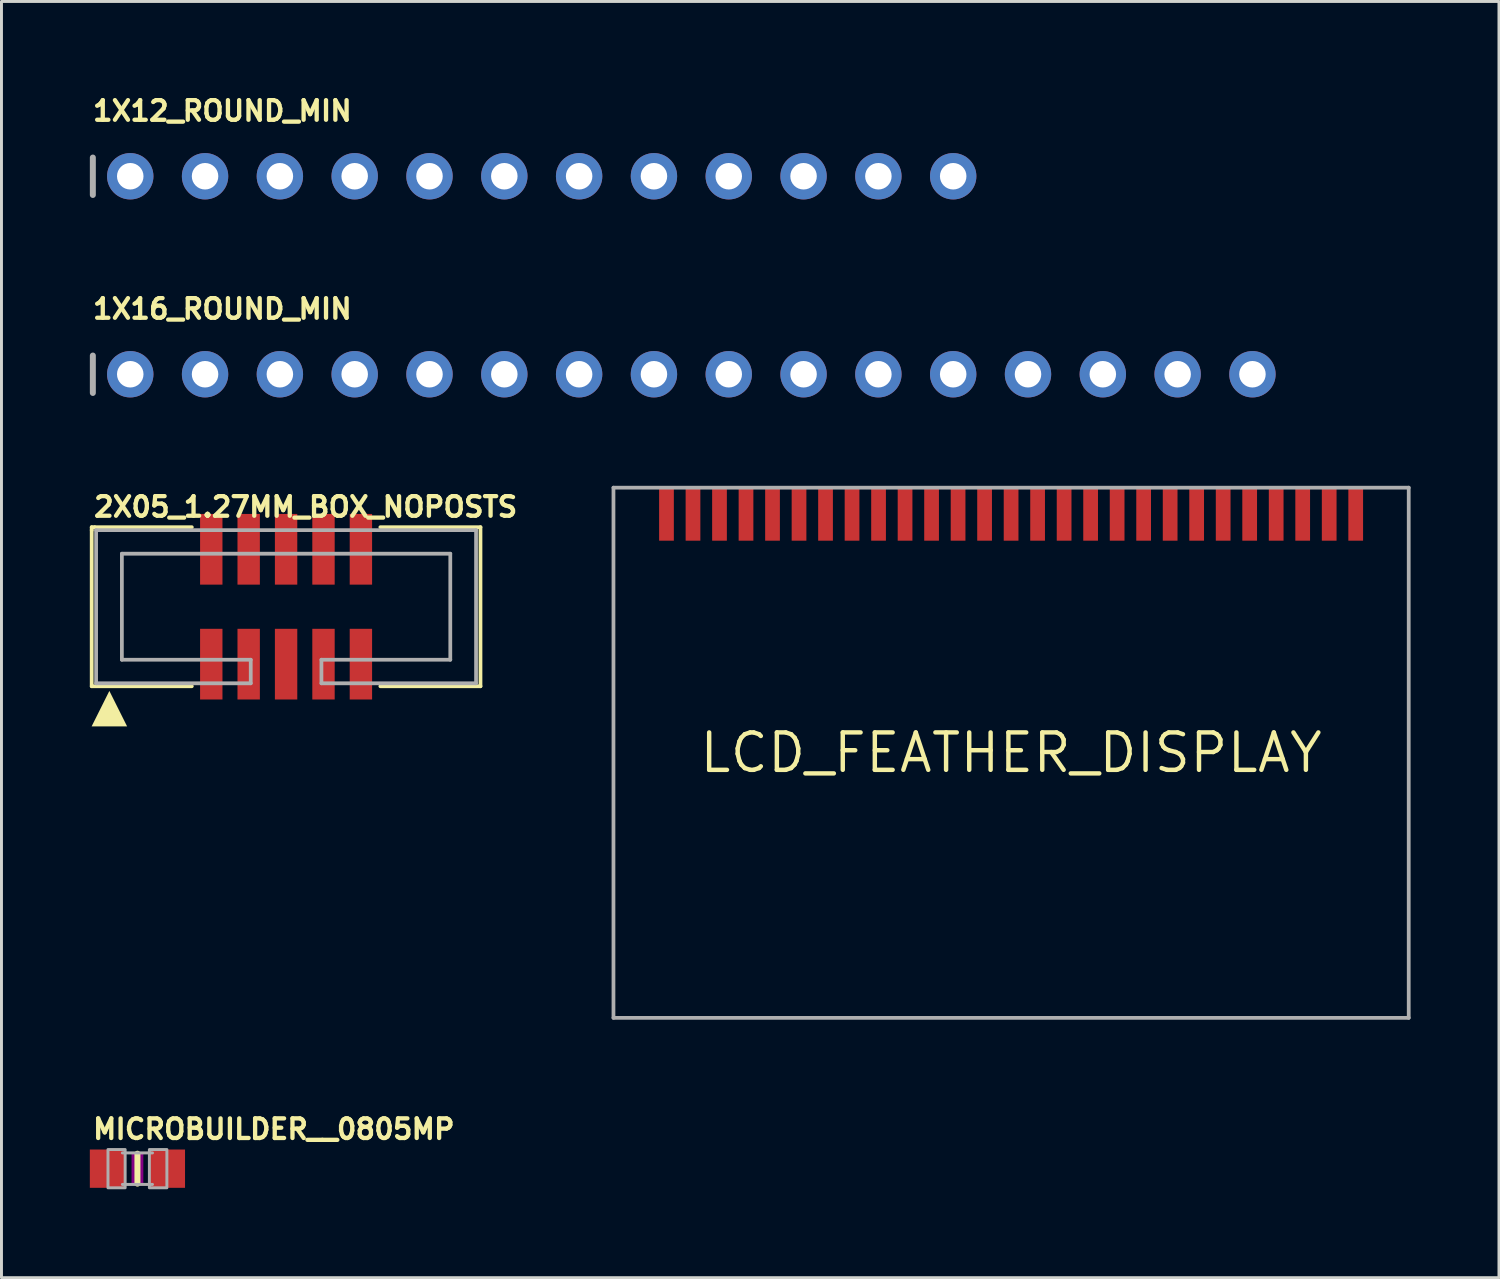
<source format=kicad_pcb>
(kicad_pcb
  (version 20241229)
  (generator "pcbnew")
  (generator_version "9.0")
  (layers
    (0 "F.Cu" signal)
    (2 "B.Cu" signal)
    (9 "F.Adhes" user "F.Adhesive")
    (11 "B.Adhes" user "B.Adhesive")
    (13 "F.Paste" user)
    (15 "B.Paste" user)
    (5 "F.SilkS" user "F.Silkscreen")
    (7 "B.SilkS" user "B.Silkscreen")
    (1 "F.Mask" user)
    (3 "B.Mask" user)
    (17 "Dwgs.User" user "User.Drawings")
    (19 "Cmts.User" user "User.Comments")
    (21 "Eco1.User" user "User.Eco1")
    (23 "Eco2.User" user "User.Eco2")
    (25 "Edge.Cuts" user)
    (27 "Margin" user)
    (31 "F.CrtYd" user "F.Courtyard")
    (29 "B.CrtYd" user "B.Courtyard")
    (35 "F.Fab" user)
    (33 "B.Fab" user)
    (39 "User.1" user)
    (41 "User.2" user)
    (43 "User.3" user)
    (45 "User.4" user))
  (footprint "MICROBUILDER__0805MP"
    (layer "F.Cu")
    (at 1.616 36.628)
    (property "Reference" "MICROBUILDER__0805MP" (at -1.587 -0.953 0) (layer "F.SilkS") (effects (font (size 0.666 0.666) (thickness 0.146)) (justify left bottom)))
    (fp_line (start 0 -0.508) (end 0 0.508) (stroke (width 0.203) (type solid)) (layer "F.SilkS"))
    (fp_poly (pts (xy -0.2 0.5) (xy 0.2 0.5) (xy 0.2 -0.5) (xy -0.2 -0.5)) (stroke (width 0) (type solid)) (fill yes) (layer "F.Adhes"))
    (fp_line (start -0.51 -0.535) (end 0.51 -0.535) (stroke (width 0.102) (type solid)) (layer "F.Fab"))
    (fp_line (start -0.51 0.535) (end 0.51 0.535) (stroke (width 0.102) (type solid)) (layer "F.Fab"))
    (fp_poly (pts (xy -1 0.65) (xy -0.417 0.65) (xy -0.417 -0.65) (xy -1 -0.65)) (stroke (width 0.1) (type solid)) (fill no) (layer "F.Fab"))
    (fp_poly (pts (xy 0.406 0.65) (xy 1 0.65) (xy 1 -0.65) (xy 0.406 -0.65)) (stroke (width 0.1) (type solid)) (fill no) (layer "F.Fab"))
    (pad "1" smd rect (at -1.016 0) (size 1.2 1.3) (layers "F.Cu" "F.Mask" "F.Paste"))
    (pad "2" smd rect (at 1.016 0) (size 1.2 1.3) (layers "F.Cu" "F.Mask" "F.Paste")))
  (footprint "1X12_ROUND_MIN"
    (layer "F.Cu")
    (at 15.342 2.934)
    (property "Reference" "1X12_ROUND_MIN" (at -15.316 -1.829 0) (layer "F.SilkS") (effects (font (size 0.666 0.666) (thickness 0.146)) (justify left bottom)))
    (fp_line (start -15.24 -0.635) (end -15.24 0.635) (stroke (width 0.203) (type solid)) (layer "F.Fab"))
    (fp_poly (pts (xy -14.224 0.254) (xy -13.716 0.254) (xy -13.716 -0.254) (xy -14.224 -0.254)) (stroke (width 0.1) (type solid)) (fill no) (layer "F.Fab"))
    (fp_poly (pts (xy -11.684 0.254) (xy -11.176 0.254) (xy -11.176 -0.254) (xy -11.684 -0.254)) (stroke (width 0.1) (type solid)) (fill no) (layer "F.Fab"))
    (fp_poly (pts (xy -9.144 0.254) (xy -8.636 0.254) (xy -8.636 -0.254) (xy -9.144 -0.254)) (stroke (width 0.1) (type solid)) (fill no) (layer "F.Fab"))
    (fp_poly (pts (xy -6.604 0.254) (xy -6.096 0.254) (xy -6.096 -0.254) (xy -6.604 -0.254)) (stroke (width 0.1) (type solid)) (fill no) (layer "F.Fab"))
    (fp_poly (pts (xy -4.064 0.254) (xy -3.556 0.254) (xy -3.556 -0.254) (xy -4.064 -0.254)) (stroke (width 0.1) (type solid)) (fill no) (layer "F.Fab"))
    (fp_poly (pts (xy -1.524 0.254) (xy -1.016 0.254) (xy -1.016 -0.254) (xy -1.524 -0.254)) (stroke (width 0.1) (type solid)) (fill no) (layer "F.Fab"))
    (fp_poly (pts (xy 1.016 0.254) (xy 1.524 0.254) (xy 1.524 -0.254) (xy 1.016 -0.254)) (stroke (width 0.1) (type solid)) (fill no) (layer "F.Fab"))
    (fp_poly (pts (xy 3.556 0.254) (xy 4.064 0.254) (xy 4.064 -0.254) (xy 3.556 -0.254)) (stroke (width 0.1) (type solid)) (fill no) (layer "F.Fab"))
    (fp_poly (pts (xy 6.096 0.254) (xy 6.604 0.254) (xy 6.604 -0.254) (xy 6.096 -0.254)) (stroke (width 0.1) (type solid)) (fill no) (layer "F.Fab"))
    (fp_poly (pts (xy 8.636 0.254) (xy 9.144 0.254) (xy 9.144 -0.254) (xy 8.636 -0.254)) (stroke (width 0.1) (type solid)) (fill no) (layer "F.Fab"))
    (fp_poly (pts (xy 11.176 0.254) (xy 11.684 0.254) (xy 11.684 -0.254) (xy 11.176 -0.254)) (stroke (width 0.1) (type solid)) (fill no) (layer "F.Fab"))
    (fp_poly (pts (xy 13.716 0.254) (xy 14.224 0.254) (xy 14.224 -0.254) (xy 13.716 -0.254)) (stroke (width 0.1) (type solid)) (fill no) (layer "F.Fab"))
    (pad "1" thru_hole circle (at -13.97 0 90) (size 1.575 1.575) (drill 0.9) (layers "*.Cu" "*.Mask"))
    (pad "2" thru_hole circle (at -11.43 0 90) (size 1.575 1.575) (drill 0.9) (layers "*.Cu" "*.Mask"))
    (pad "3" thru_hole circle (at -8.89 0 90) (size 1.575 1.575) (drill 0.9) (layers "*.Cu" "*.Mask"))
    (pad "4" thru_hole circle (at -6.35 0 90) (size 1.575 1.575) (drill 0.9) (layers "*.Cu" "*.Mask"))
    (pad "5" thru_hole circle (at -3.81 0 90) (size 1.575 1.575) (drill 0.9) (layers "*.Cu" "*.Mask"))
    (pad "6" thru_hole circle (at -1.27 0 90) (size 1.575 1.575) (drill 0.9) (layers "*.Cu" "*.Mask"))
    (pad "7" thru_hole circle (at 1.27 0 90) (size 1.575 1.575) (drill 0.9) (layers "*.Cu" "*.Mask"))
    (pad "8" thru_hole circle (at 3.81 0 90) (size 1.575 1.575) (drill 0.9) (layers "*.Cu" "*.Mask"))
    (pad "9" thru_hole circle (at 6.35 0 90) (size 1.575 1.575) (drill 0.9) (layers "*.Cu" "*.Mask"))
    (pad "10" thru_hole circle (at 8.89 0 90) (size 1.575 1.575) (drill 0.9) (layers "*.Cu" "*.Mask"))
    (pad "11" thru_hole circle (at 11.43 0 90) (size 1.575 1.575) (drill 0.9) (layers "*.Cu" "*.Mask"))
    (pad "12" thru_hole circle (at 13.97 0 90) (size 1.575 1.575) (drill 0.9) (layers "*.Cu" "*.Mask")))
  (footprint "2X05_1.27MM_BOX_NOPOSTS"
    (layer "F.Cu")
    (at 6.663 17.549)
    (property "Reference" "2X05_1.27MM_BOX_NOPOSTS" (at -6.6 -3 0) (layer "F.SilkS") (effects (font (size 0.666 0.666) (thickness 0.146)) (justify left bottom)))
    (fp_line (start -6.6 -2.7) (end -6.6 -2.6) (stroke (width 0.127) (type solid)) (layer "F.SilkS"))
    (fp_line (start -6.6 -2.6) (end -6.6 2.7) (stroke (width 0.127) (type solid)) (layer "F.SilkS"))
    (fp_line (start -6.6 2.7) (end -3.2 2.7) (stroke (width 0.127) (type solid)) (layer "F.SilkS"))
    (fp_line (start -6.5 -2.7) (end -6.6 -2.7) (stroke (width 0.127) (type solid)) (layer "F.SilkS"))
    (fp_line (start -3.2 -2.7) (end -6.5 -2.7) (stroke (width 0.127) (type solid)) (layer "F.SilkS"))
    (fp_line (start 3.2 -2.7) (end 6.6 -2.7) (stroke (width 0.127) (type solid)) (layer "F.SilkS"))
    (fp_line (start 6.6 -2.7) (end 6.6 2.7) (stroke (width 0.127) (type solid)) (layer "F.SilkS"))
    (fp_line (start 6.6 2.7) (end 3.2 2.7) (stroke (width 0.127) (type solid)) (layer "F.SilkS"))
    (fp_poly (pts (xy -5.397 4.064) (xy -6.603 4.064) (xy -6 2.858)) (stroke (width 0) (type solid)) (fill yes) (layer "F.SilkS"))
    (fp_line (start -6.45 -2.6) (end 6.45 -2.6) (stroke (width 0.127) (type solid)) (layer "F.Fab"))
    (fp_line (start -6.45 2.6) (end -6.45 -2.6) (stroke (width 0.127) (type solid)) (layer "F.Fab"))
    (fp_line (start -5.575 -1.8) (end 5.575 -1.8) (stroke (width 0.127) (type solid)) (layer "F.Fab"))
    (fp_line (start -5.575 1.8) (end -5.575 -1.8) (stroke (width 0.127) (type solid)) (layer "F.Fab"))
    (fp_line (start -1.2 1.8) (end -5.575 1.8) (stroke (width 0.127) (type solid)) (layer "F.Fab"))
    (fp_line (start -1.2 1.8) (end -1.2 2.6) (stroke (width 0.127) (type solid)) (layer "F.Fab"))
    (fp_line (start -1.2 2.6) (end -6.45 2.6) (stroke (width 0.127) (type solid)) (layer "F.Fab"))
    (fp_line (start 1.2 1.8) (end 1.2 2.6) (stroke (width 0.127) (type solid)) (layer "F.Fab"))
    (fp_line (start 5.575 -1.8) (end 5.575 1.8) (stroke (width 0.127) (type solid)) (layer "F.Fab"))
    (fp_line (start 5.575 1.8) (end 1.2 1.8) (stroke (width 0.127) (type solid)) (layer "F.Fab"))
    (fp_line (start 6.45 -2.6) (end 6.45 2.6) (stroke (width 0.127) (type solid)) (layer "F.Fab"))
    (fp_line (start 6.45 2.6) (end 1.2 2.6) (stroke (width 0.127) (type solid)) (layer "F.Fab"))
    (pad "1" smd rect (at -2.54 1.95) (size 0.76 2.4) (layers "F.Cu" "F.Mask" "F.Paste"))
    (pad "2" smd rect (at -2.54 -1.95) (size 0.76 2.4) (layers "F.Cu" "F.Mask" "F.Paste"))
    (pad "3" smd rect (at -1.27 1.95) (size 0.76 2.4) (layers "F.Cu" "F.Mask" "F.Paste"))
    (pad "4" smd rect (at -1.27 -1.95) (size 0.76 2.4) (layers "F.Cu" "F.Mask" "F.Paste"))
    (pad "5" smd rect (at 0 1.95) (size 0.76 2.4) (layers "F.Cu" "F.Mask" "F.Paste"))
    (pad "6" smd rect (at 0 -1.95) (size 0.76 2.4) (layers "F.Cu" "F.Mask" "F.Paste"))
    (pad "7" smd rect (at 1.27 1.95) (size 0.76 2.4) (layers "F.Cu" "F.Mask" "F.Paste"))
    (pad "8" smd rect (at 1.27 -1.95) (size 0.76 2.4) (layers "F.Cu" "F.Mask" "F.Paste"))
    (pad "9" smd rect (at 2.54 1.95) (size 0.76 2.4) (layers "F.Cu" "F.Mask" "F.Paste"))
    (pad "10" smd rect (at 2.54 -1.95) (size 0.76 2.4) (layers "F.Cu" "F.Mask" "F.Paste")))
  (footprint "1X16_ROUND_MIN"
    (layer "F.Cu")
    (at 20.422 9.656)
    (property "Reference" "1X16_ROUND_MIN" (at -20.396 -1.829 0) (layer "F.SilkS") (effects (font (size 0.666 0.666) (thickness 0.146)) (justify left bottom)))
    (fp_line (start -20.32 -0.635) (end -20.32 0.635) (stroke (width 0.203) (type solid)) (layer "F.Fab"))
    (fp_poly (pts (xy -19.304 0.254) (xy -18.796 0.254) (xy -18.796 -0.254) (xy -19.304 -0.254)) (stroke (width 0.1) (type solid)) (fill no) (layer "F.Fab"))
    (fp_poly (pts (xy -16.764 0.254) (xy -16.256 0.254) (xy -16.256 -0.254) (xy -16.764 -0.254)) (stroke (width 0.1) (type solid)) (fill no) (layer "F.Fab"))
    (fp_poly (pts (xy -14.224 0.254) (xy -13.716 0.254) (xy -13.716 -0.254) (xy -14.224 -0.254)) (stroke (width 0.1) (type solid)) (fill no) (layer "F.Fab"))
    (fp_poly (pts (xy -11.684 0.254) (xy -11.176 0.254) (xy -11.176 -0.254) (xy -11.684 -0.254)) (stroke (width 0.1) (type solid)) (fill no) (layer "F.Fab"))
    (fp_poly (pts (xy -9.144 0.254) (xy -8.636 0.254) (xy -8.636 -0.254) (xy -9.144 -0.254)) (stroke (width 0.1) (type solid)) (fill no) (layer "F.Fab"))
    (fp_poly (pts (xy -6.604 0.254) (xy -6.096 0.254) (xy -6.096 -0.254) (xy -6.604 -0.254)) (stroke (width 0.1) (type solid)) (fill no) (layer "F.Fab"))
    (fp_poly (pts (xy -4.064 0.254) (xy -3.556 0.254) (xy -3.556 -0.254) (xy -4.064 -0.254)) (stroke (width 0.1) (type solid)) (fill no) (layer "F.Fab"))
    (fp_poly (pts (xy -1.524 0.254) (xy -1.016 0.254) (xy -1.016 -0.254) (xy -1.524 -0.254)) (stroke (width 0.1) (type solid)) (fill no) (layer "F.Fab"))
    (fp_poly (pts (xy 1.016 0.254) (xy 1.524 0.254) (xy 1.524 -0.254) (xy 1.016 -0.254)) (stroke (width 0.1) (type solid)) (fill no) (layer "F.Fab"))
    (fp_poly (pts (xy 3.556 0.254) (xy 4.064 0.254) (xy 4.064 -0.254) (xy 3.556 -0.254)) (stroke (width 0.1) (type solid)) (fill no) (layer "F.Fab"))
    (fp_poly (pts (xy 6.096 0.254) (xy 6.604 0.254) (xy 6.604 -0.254) (xy 6.096 -0.254)) (stroke (width 0.1) (type solid)) (fill no) (layer "F.Fab"))
    (fp_poly (pts (xy 8.636 0.254) (xy 9.144 0.254) (xy 9.144 -0.254) (xy 8.636 -0.254)) (stroke (width 0.1) (type solid)) (fill no) (layer "F.Fab"))
    (fp_poly (pts (xy 11.176 0.254) (xy 11.684 0.254) (xy 11.684 -0.254) (xy 11.176 -0.254)) (stroke (width 0.1) (type solid)) (fill no) (layer "F.Fab"))
    (fp_poly (pts (xy 13.716 0.254) (xy 14.224 0.254) (xy 14.224 -0.254) (xy 13.716 -0.254)) (stroke (width 0.1) (type solid)) (fill no) (layer "F.Fab"))
    (fp_poly (pts (xy 16.256 0.254) (xy 16.764 0.254) (xy 16.764 -0.254) (xy 16.256 -0.254)) (stroke (width 0.1) (type solid)) (fill no) (layer "F.Fab"))
    (fp_poly (pts (xy 18.796 0.254) (xy 19.304 0.254) (xy 19.304 -0.254) (xy 18.796 -0.254)) (stroke (width 0.1) (type solid)) (fill no) (layer "F.Fab"))
    (pad "1" thru_hole circle (at -19.05 0 90) (size 1.575 1.575) (drill 0.9) (layers "*.Cu" "*.Mask"))
    (pad "2" thru_hole circle (at -16.51 0 90) (size 1.575 1.575) (drill 0.9) (layers "*.Cu" "*.Mask"))
    (pad "3" thru_hole circle (at -13.97 0 90) (size 1.575 1.575) (drill 0.9) (layers "*.Cu" "*.Mask"))
    (pad "4" thru_hole circle (at -11.43 0 90) (size 1.575 1.575) (drill 0.9) (layers "*.Cu" "*.Mask"))
    (pad "5" thru_hole circle (at -8.89 0 90) (size 1.575 1.575) (drill 0.9) (layers "*.Cu" "*.Mask"))
    (pad "6" thru_hole circle (at -6.35 0 90) (size 1.575 1.575) (drill 0.9) (layers "*.Cu" "*.Mask"))
    (pad "7" thru_hole circle (at -3.81 0 90) (size 1.575 1.575) (drill 0.9) (layers "*.Cu" "*.Mask"))
    (pad "8" thru_hole circle (at -1.27 0 90) (size 1.575 1.575) (drill 0.9) (layers "*.Cu" "*.Mask"))
    (pad "9" thru_hole circle (at 1.27 0 90) (size 1.575 1.575) (drill 0.9) (layers "*.Cu" "*.Mask"))
    (pad "10" thru_hole circle (at 3.81 0 90) (size 1.575 1.575) (drill 0.9) (layers "*.Cu" "*.Mask"))
    (pad "11" thru_hole circle (at 6.35 0 90) (size 1.575 1.575) (drill 0.9) (layers "*.Cu" "*.Mask"))
    (pad "12" thru_hole circle (at 8.89 0 90) (size 1.575 1.575) (drill 0.9) (layers "*.Cu" "*.Mask"))
    (pad "13" thru_hole circle (at 11.43 0 90) (size 1.575 1.575) (drill 0.9) (layers "*.Cu" "*.Mask"))
    (pad "14" thru_hole circle (at 13.97 0 90) (size 1.575 1.575) (drill 0.9) (layers "*.Cu" "*.Mask"))
    (pad "15" thru_hole circle (at 16.51 0 90) (size 1.575 1.575) (drill 0.9) (layers "*.Cu" "*.Mask"))
    (pad "16" thru_hole circle (at 19.05 0 90) (size 1.575 1.575) (drill 0.9) (layers "*.Cu" "*.Mask")))
  (footprint "LCD_FEATHER_DISPLAY"
    (layer "F.Cu")
    (at 31.278 22.507)
    (property "Reference" "LCD_FEATHER_DISPLAY" (at 0 0 0) (layer "F.SilkS") (effects (font (size 1.27 1.27) (thickness 0.15))))
    (fp_line (start -13.5 -9) (end 13.5 -9) (stroke (width 0.127) (type solid)) (layer "F.Fab"))
    (fp_line (start -13.5 9) (end -13.5 -9) (stroke (width 0.127) (type solid)) (layer "F.Fab"))
    (fp_line (start 13.5 -9) (end 13.5 9) (stroke (width 0.127) (type solid)) (layer "F.Fab"))
    (fp_line (start 13.5 9) (end -13.5 9) (stroke (width 0.127) (type solid)) (layer "F.Fab"))
    (pad "P$1" smd rect (at -11.7 -8.1) (size 0.5 1.8) (layers "F.Cu" "F.Mask" "F.Paste"))
    (pad "P$2" smd rect (at -10.8 -8.1) (size 0.5 1.8) (layers "F.Cu" "F.Mask" "F.Paste"))
    (pad "P$3" smd rect (at -9.9 -8.1) (size 0.5 1.8) (layers "F.Cu" "F.Mask" "F.Paste"))
    (pad "P$4" smd rect (at -9 -8.1) (size 0.5 1.8) (layers "F.Cu" "F.Mask" "F.Paste"))
    (pad "P$5" smd rect (at -8.1 -8.1) (size 0.5 1.8) (layers "F.Cu" "F.Mask" "F.Paste"))
    (pad "P$6" smd rect (at -7.2 -8.1) (size 0.5 1.8) (layers "F.Cu" "F.Mask" "F.Paste"))
    (pad "P$7" smd rect (at -6.3 -8.1) (size 0.5 1.8) (layers "F.Cu" "F.Mask" "F.Paste"))
    (pad "P$8" smd rect (at -5.4 -8.1) (size 0.5 1.8) (layers "F.Cu" "F.Mask" "F.Paste"))
    (pad "P$9" smd rect (at -4.5 -8.1) (size 0.5 1.8) (layers "F.Cu" "F.Mask" "F.Paste"))
    (pad "P$10" smd rect (at -3.6 -8.1) (size 0.5 1.8) (layers "F.Cu" "F.Mask" "F.Paste"))
    (pad "P$11" smd rect (at -2.7 -8.1) (size 0.5 1.8) (layers "F.Cu" "F.Mask" "F.Paste"))
    (pad "P$12" smd rect (at -1.8 -8.1) (size 0.5 1.8) (layers "F.Cu" "F.Mask" "F.Paste"))
    (pad "P$13" smd rect (at -0.9 -8.1) (size 0.5 1.8) (layers "F.Cu" "F.Mask" "F.Paste"))
    (pad "P$14" smd rect (at 0 -8.1) (size 0.5 1.8) (layers "F.Cu" "F.Mask" "F.Paste"))
    (pad "P$15" smd rect (at 0.9 -8.1) (size 0.5 1.8) (layers "F.Cu" "F.Mask" "F.Paste"))
    (pad "P$16" smd rect (at 1.8 -8.1) (size 0.5 1.8) (layers "F.Cu" "F.Mask" "F.Paste"))
    (pad "P$17" smd rect (at 2.7 -8.1) (size 0.5 1.8) (layers "F.Cu" "F.Mask" "F.Paste"))
    (pad "P$18" smd rect (at 3.6 -8.1) (size 0.5 1.8) (layers "F.Cu" "F.Mask" "F.Paste"))
    (pad "P$19" smd rect (at 4.5 -8.1) (size 0.5 1.8) (layers "F.Cu" "F.Mask" "F.Paste"))
    (pad "P$20" smd rect (at 5.4 -8.1) (size 0.5 1.8) (layers "F.Cu" "F.Mask" "F.Paste"))
    (pad "P$21" smd rect (at 6.3 -8.1) (size 0.5 1.8) (layers "F.Cu" "F.Mask" "F.Paste"))
    (pad "P$22" smd rect (at 7.2 -8.1) (size 0.5 1.8) (layers "F.Cu" "F.Mask" "F.Paste"))
    (pad "P$23" smd rect (at 8.1 -8.1) (size 0.5 1.8) (layers "F.Cu" "F.Mask" "F.Paste"))
    (pad "P$24" smd rect (at 9 -8.1) (size 0.5 1.8) (layers "F.Cu" "F.Mask" "F.Paste"))
    (pad "P$25" smd rect (at 9.9 -8.1) (size 0.5 1.8) (layers "F.Cu" "F.Mask" "F.Paste"))
    (pad "P$26" smd rect (at 10.8 -8.1) (size 0.5 1.8) (layers "F.Cu" "F.Mask" "F.Paste"))
    (pad "P$27" smd rect (at 11.7 -8.1) (size 0.5 1.8) (layers "F.Cu" "F.Mask" "F.Paste")))
  (gr_rect
    (start -3 -3)
    (end 47.842 40.328)
    (stroke (width 0.1) (type default))
    (fill no)
    (layer "Edge.Cuts")))
</source>
